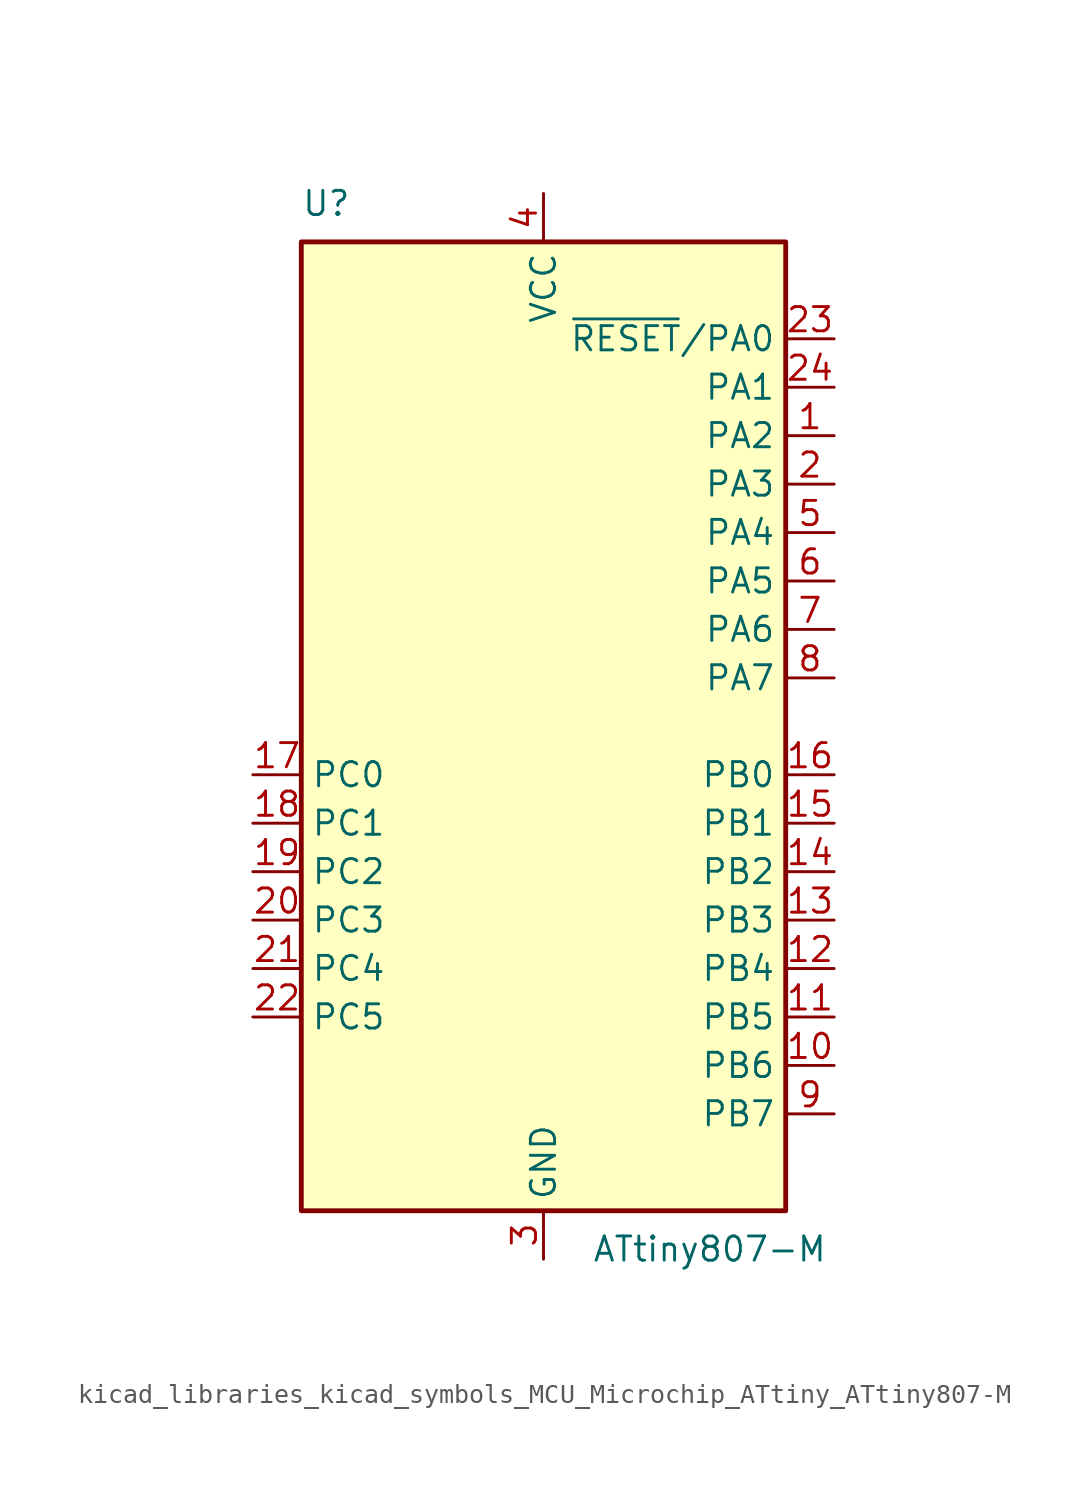
<source format=kicad_sym>
(kicad_symbol_lib
  (version 20220914)
  (generator kicad_symbol_editor)
  (symbol "kicad_libraries_kicad_symbols_MCU_Microchip_ATtiny_ATtiny807-M"
    (property "Reference" "U"
      (at -12.7 26.67 0)
      (effects (font (size 1.27 1.27)) (justify left bottom)))
    (property "Value" "ATtiny807-M"
      (at 2.54 -26.67 0)
      (effects (font (size 1.27 1.27)) (justify left top)))
    (symbol "kicad_libraries_kicad_symbols_MCU_Microchip_ATtiny_ATtiny807-M_0_1"
      (rectangle (start -12.7 -25.4) (end 12.7 25.4) (stroke (width 0.254) (type default)) (fill (type background))))
    (symbol "kicad_libraries_kicad_symbols_MCU_Microchip_ATtiny_ATtiny807-M_1_1"
      (pin bidirectional line (at 15.24 15.24 180) (length 2.54) (name "PA2" (effects (font (size 1.27 1.27)))) (number "1" (effects (font (size 1.27 1.27)))))
      (pin bidirectional line (at 15.24 -17.78 180) (length 2.54) (name "PB6" (effects (font (size 1.27 1.27)))) (number "10" (effects (font (size 1.27 1.27)))))
      (pin bidirectional line (at 15.24 -15.24 180) (length 2.54) (name "PB5" (effects (font (size 1.27 1.27)))) (number "11" (effects (font (size 1.27 1.27)))))
      (pin bidirectional line (at 15.24 -12.7 180) (length 2.54) (name "PB4" (effects (font (size 1.27 1.27)))) (number "12" (effects (font (size 1.27 1.27)))))
      (pin bidirectional line (at 15.24 -10.16 180) (length 2.54) (name "PB3" (effects (font (size 1.27 1.27)))) (number "13" (effects (font (size 1.27 1.27)))))
      (pin bidirectional line (at 15.24 -7.62 180) (length 2.54) (name "PB2" (effects (font (size 1.27 1.27)))) (number "14" (effects (font (size 1.27 1.27)))))
      (pin bidirectional line (at 15.24 -5.08 180) (length 2.54) (name "PB1" (effects (font (size 1.27 1.27)))) (number "15" (effects (font (size 1.27 1.27)))))
      (pin bidirectional line (at 15.24 -2.54 180) (length 2.54) (name "PB0" (effects (font (size 1.27 1.27)))) (number "16" (effects (font (size 1.27 1.27)))))
      (pin bidirectional line (at -15.24 -2.54 0) (length 2.54) (name "PC0" (effects (font (size 1.27 1.27)))) (number "17" (effects (font (size 1.27 1.27)))))
      (pin bidirectional line (at -15.24 -5.08 0) (length 2.54) (name "PC1" (effects (font (size 1.27 1.27)))) (number "18" (effects (font (size 1.27 1.27)))))
      (pin bidirectional line (at -15.24 -7.62 0) (length 2.54) (name "PC2" (effects (font (size 1.27 1.27)))) (number "19" (effects (font (size 1.27 1.27)))))
      (pin bidirectional line (at 15.24 12.7 180) (length 2.54) (name "PA3" (effects (font (size 1.27 1.27)))) (number "2" (effects (font (size 1.27 1.27)))))
      (pin bidirectional line (at -15.24 -10.16 0) (length 2.54) (name "PC3" (effects (font (size 1.27 1.27)))) (number "20" (effects (font (size 1.27 1.27)))))
      (pin bidirectional line (at -15.24 -12.7 0) (length 2.54) (name "PC4" (effects (font (size 1.27 1.27)))) (number "21" (effects (font (size 1.27 1.27)))))
      (pin bidirectional line (at -15.24 -15.24 0) (length 2.54) (name "PC5" (effects (font (size 1.27 1.27)))) (number "22" (effects (font (size 1.27 1.27)))))
      (pin bidirectional line (at 15.24 20.32 180) (length 2.54) (name "~{RESET}/PA0" (effects (font (size 1.27 1.27)))) (number "23" (effects (font (size 1.27 1.27)))))
      (pin bidirectional line (at 15.24 17.78 180) (length 2.54) (name "PA1" (effects (font (size 1.27 1.27)))) (number "24" (effects (font (size 1.27 1.27)))))
      (pin passive line (at 0 -27.94 90) (length 2.54) hide (name "GND" (effects (font (size 1.27 1.27)))) (number "25" (effects (font (size 1.27 1.27)))))
      (pin power_in line (at 0 -27.94 90) (length 2.54) (name "GND" (effects (font (size 1.27 1.27)))) (number "3" (effects (font (size 1.27 1.27)))))
      (pin power_in line (at 0 27.94 270) (length 2.54) (name "VCC" (effects (font (size 1.27 1.27)))) (number "4" (effects (font (size 1.27 1.27)))))
      (pin bidirectional line (at 15.24 10.16 180) (length 2.54) (name "PA4" (effects (font (size 1.27 1.27)))) (number "5" (effects (font (size 1.27 1.27)))))
      (pin bidirectional line (at 15.24 7.62 180) (length 2.54) (name "PA5" (effects (font (size 1.27 1.27)))) (number "6" (effects (font (size 1.27 1.27)))))
      (pin bidirectional line (at 15.24 5.08 180) (length 2.54) (name "PA6" (effects (font (size 1.27 1.27)))) (number "7" (effects (font (size 1.27 1.27)))))
      (pin bidirectional line (at 15.24 2.54 180) (length 2.54) (name "PA7" (effects (font (size 1.27 1.27)))) (number "8" (effects (font (size 1.27 1.27)))))
      (pin bidirectional line (at 15.24 -20.32 180) (length 2.54) (name "PB7" (effects (font (size 1.27 1.27)))) (number "9" (effects (font (size 1.27 1.27))))))))
</source>
